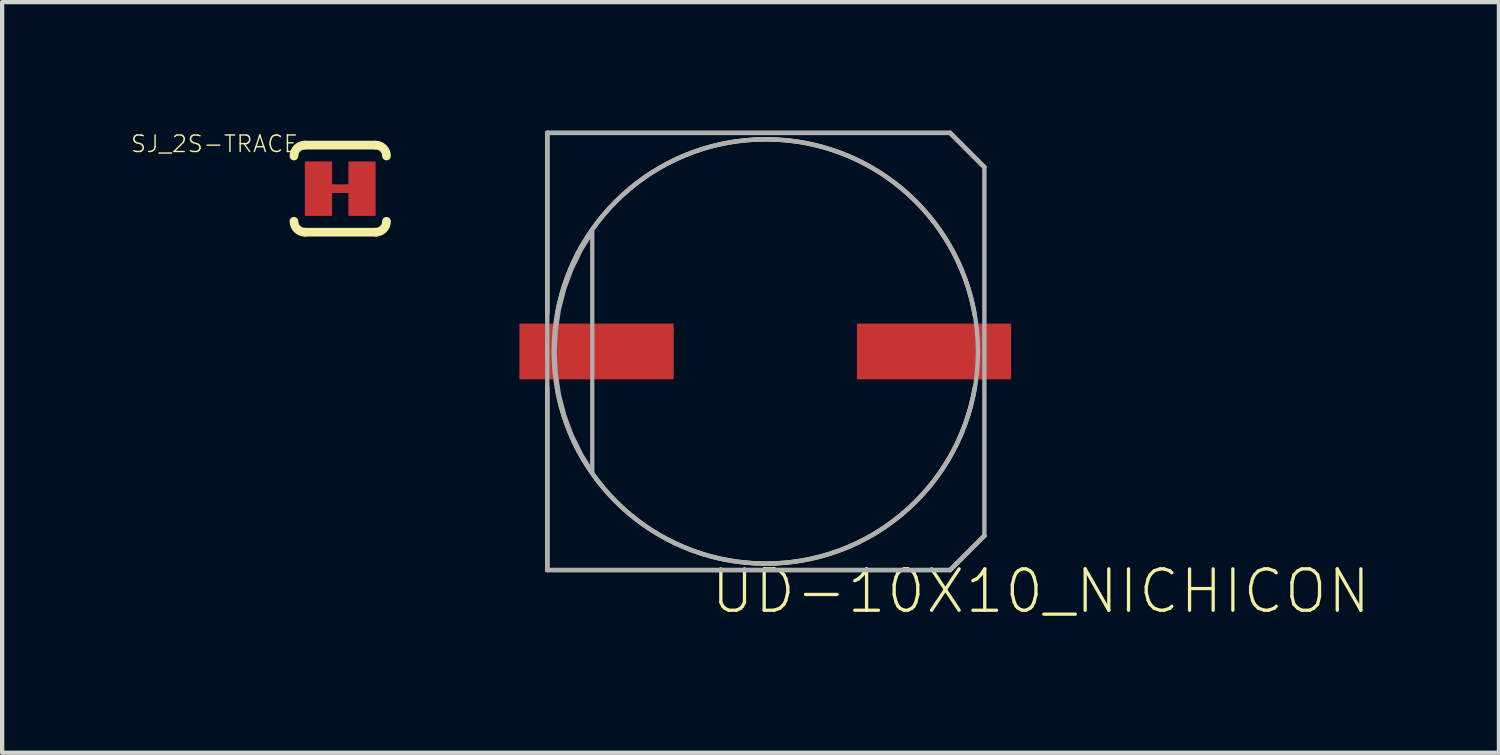
<source format=kicad_pcb>
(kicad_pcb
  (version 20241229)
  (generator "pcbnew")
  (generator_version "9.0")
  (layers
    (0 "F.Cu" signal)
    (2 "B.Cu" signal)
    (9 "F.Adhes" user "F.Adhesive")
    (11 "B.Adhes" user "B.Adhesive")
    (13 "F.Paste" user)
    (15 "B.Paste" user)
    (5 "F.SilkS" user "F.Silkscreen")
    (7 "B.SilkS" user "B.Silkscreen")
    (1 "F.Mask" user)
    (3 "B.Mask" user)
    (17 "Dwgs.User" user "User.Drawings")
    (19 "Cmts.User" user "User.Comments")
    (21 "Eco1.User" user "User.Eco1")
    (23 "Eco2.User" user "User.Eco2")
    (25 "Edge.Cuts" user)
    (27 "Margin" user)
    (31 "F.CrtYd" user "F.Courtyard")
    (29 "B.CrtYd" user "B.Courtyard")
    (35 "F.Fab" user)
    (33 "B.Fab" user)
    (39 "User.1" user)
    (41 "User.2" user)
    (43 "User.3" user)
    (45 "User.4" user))
  (footprint "SJ_2S-TRACE"
    (layer "F.Cu")
    (at 4.889 1.352)
    (property "Reference" "SJ_2S-TRACE" (at -0.953 -1.27 0) (layer "F.SilkS") (effects (font (size 0.386 0.386) (thickness 0.033)) (justify right top)))
    (attr through_hole)
    (fp_line (start -0.381 0) (end 0.381 0) (stroke (width 0.203) (type solid)) (layer "F.Cu"))
    (fp_line (start -0.826 -1.016) (end 0.826 -1.016) (stroke (width 0.203) (type solid)) (layer "F.SilkS"))
    (fp_line (start 0.826 1.016) (end -0.826 1.016) (stroke (width 0.203) (type solid)) (layer "F.SilkS"))
    (fp_arc (start -1.0795 -0.762) (mid -1.005105 -0.941605) (end -0.8255 -1.016) (stroke (width 0.2032) (type solid)) (layer "F.SilkS"))
    (fp_arc (start -0.8255 1.016) (mid -1.005105 0.941605) (end -1.0795 0.762) (stroke (width 0.2032) (type solid)) (layer "F.SilkS"))
    (fp_arc (start 0.8255 -1.016) (mid 1.005105 -0.941605) (end 1.0795 -0.762) (stroke (width 0.2032) (type solid)) (layer "F.SilkS"))
    (fp_arc (start 1.0795 0.762) (mid 1.005105 0.941605) (end 0.8255 1.016) (stroke (width 0.2032) (type solid)) (layer "F.SilkS"))
    (pad "1" smd rect (at -0.508 0) (size 0.635 1.27) (layers "F.Cu" "F.Mask"))
    (pad "2" smd rect (at 0.508 0) (size 0.635 1.27) (layers "F.Cu" "F.Mask")))
  (footprint "UD-10X10_NICHICON"
    (layer "F.Cu")
    (at 14.82 5.151)
    (property "Reference" "UD-10X10_NICHICON" (at -1.33 6.16 180) (layer "F.SilkS") (effects (font (size 0.965 0.965) (thickness 0.077)) (justify left bottom)))
    (attr through_hole)
    (fp_line (start -5.1 -5.1) (end 4.3 -5.1) (stroke (width 0.102) (type solid)) (layer "F.SilkS"))
    (fp_line (start -5.1 -0.875) (end -5.1 -5.1) (stroke (width 0.102) (type solid)) (layer "F.SilkS"))
    (fp_line (start -5.1 5.1) (end -5.1 0.85) (stroke (width 0.102) (type solid)) (layer "F.SilkS"))
    (fp_line (start 4.3 -5.1) (end 5.1 -4.3) (stroke (width 0.102) (type solid)) (layer "F.SilkS"))
    (fp_line (start 4.3 5.1) (end -5.1 5.1) (stroke (width 0.102) (type solid)) (layer "F.SilkS"))
    (fp_line (start 5.1 4.3) (end 4.3 5.1) (stroke (width 0.102) (type solid)) (layer "F.SilkS"))
    (fp_arc (start -4.875 -0.85) (mid 0.000001 -4.950038) (end 4.875 -0.849998) (stroke (width 0.1016) (type solid)) (layer "F.SilkS"))
    (fp_arc (start 4.875 0.85) (mid -0.000001 4.950038) (end -4.875 0.849998) (stroke (width 0.1016) (type solid)) (layer "F.SilkS"))
    (fp_line (start -5.1 -5.1) (end 4.3 -5.1) (stroke (width 0.102) (type solid)) (layer "F.Fab"))
    (fp_line (start -5.1 5.1) (end -5.1 -5.1) (stroke (width 0.102) (type solid)) (layer "F.Fab"))
    (fp_line (start 4.3 -5.1) (end 5.1 -4.3) (stroke (width 0.102) (type solid)) (layer "F.Fab"))
    (fp_line (start 4.3 5.1) (end -5.1 5.1) (stroke (width 0.102) (type solid)) (layer "F.Fab"))
    (fp_line (start 5.1 -4.3) (end 5.1 4.3) (stroke (width 0.102) (type solid)) (layer "F.Fab"))
    (fp_line (start 5.1 4.3) (end 4.3 5.1) (stroke (width 0.102) (type solid)) (layer "F.Fab"))
    (fp_circle (center 0 0) (end 4.95 0) (stroke (width 0.102) (type solid)) (fill no) (layer "F.Fab"))
    (fp_poly (pts (xy -4.05 -2.8) (xy -4.05 -2.8) (xy -4.313 -2.376) (xy -4.532 -1.929) (xy -4.705 -1.461) (xy -4.829 -0.978) (xy -4.904 -0.485) (xy -4.93 0.013) (xy -4.904 0.51) (xy -4.829 1.003) (xy -4.705 1.486) (xy -4.532 1.954) (xy -4.313 2.401) (xy -4.05 2.825)) (stroke (width 0.1) (type solid)) (fill no) (layer "F.Fab"))
    (pad "+" smd rect (at 3.925 0) (size 3.6 1.3) (layers "F.Cu" "F.Mask" "F.Paste"))
    (pad "-" smd rect (at -3.95 0) (size 3.6 1.3) (layers "F.Cu" "F.Mask" "F.Paste")))
  (gr_rect
    (start -3 -3)
    (end 31.926 14.514)
    (stroke (width 0.1) (type default))
    (fill no)
    (layer "Edge.Cuts")))
</source>
